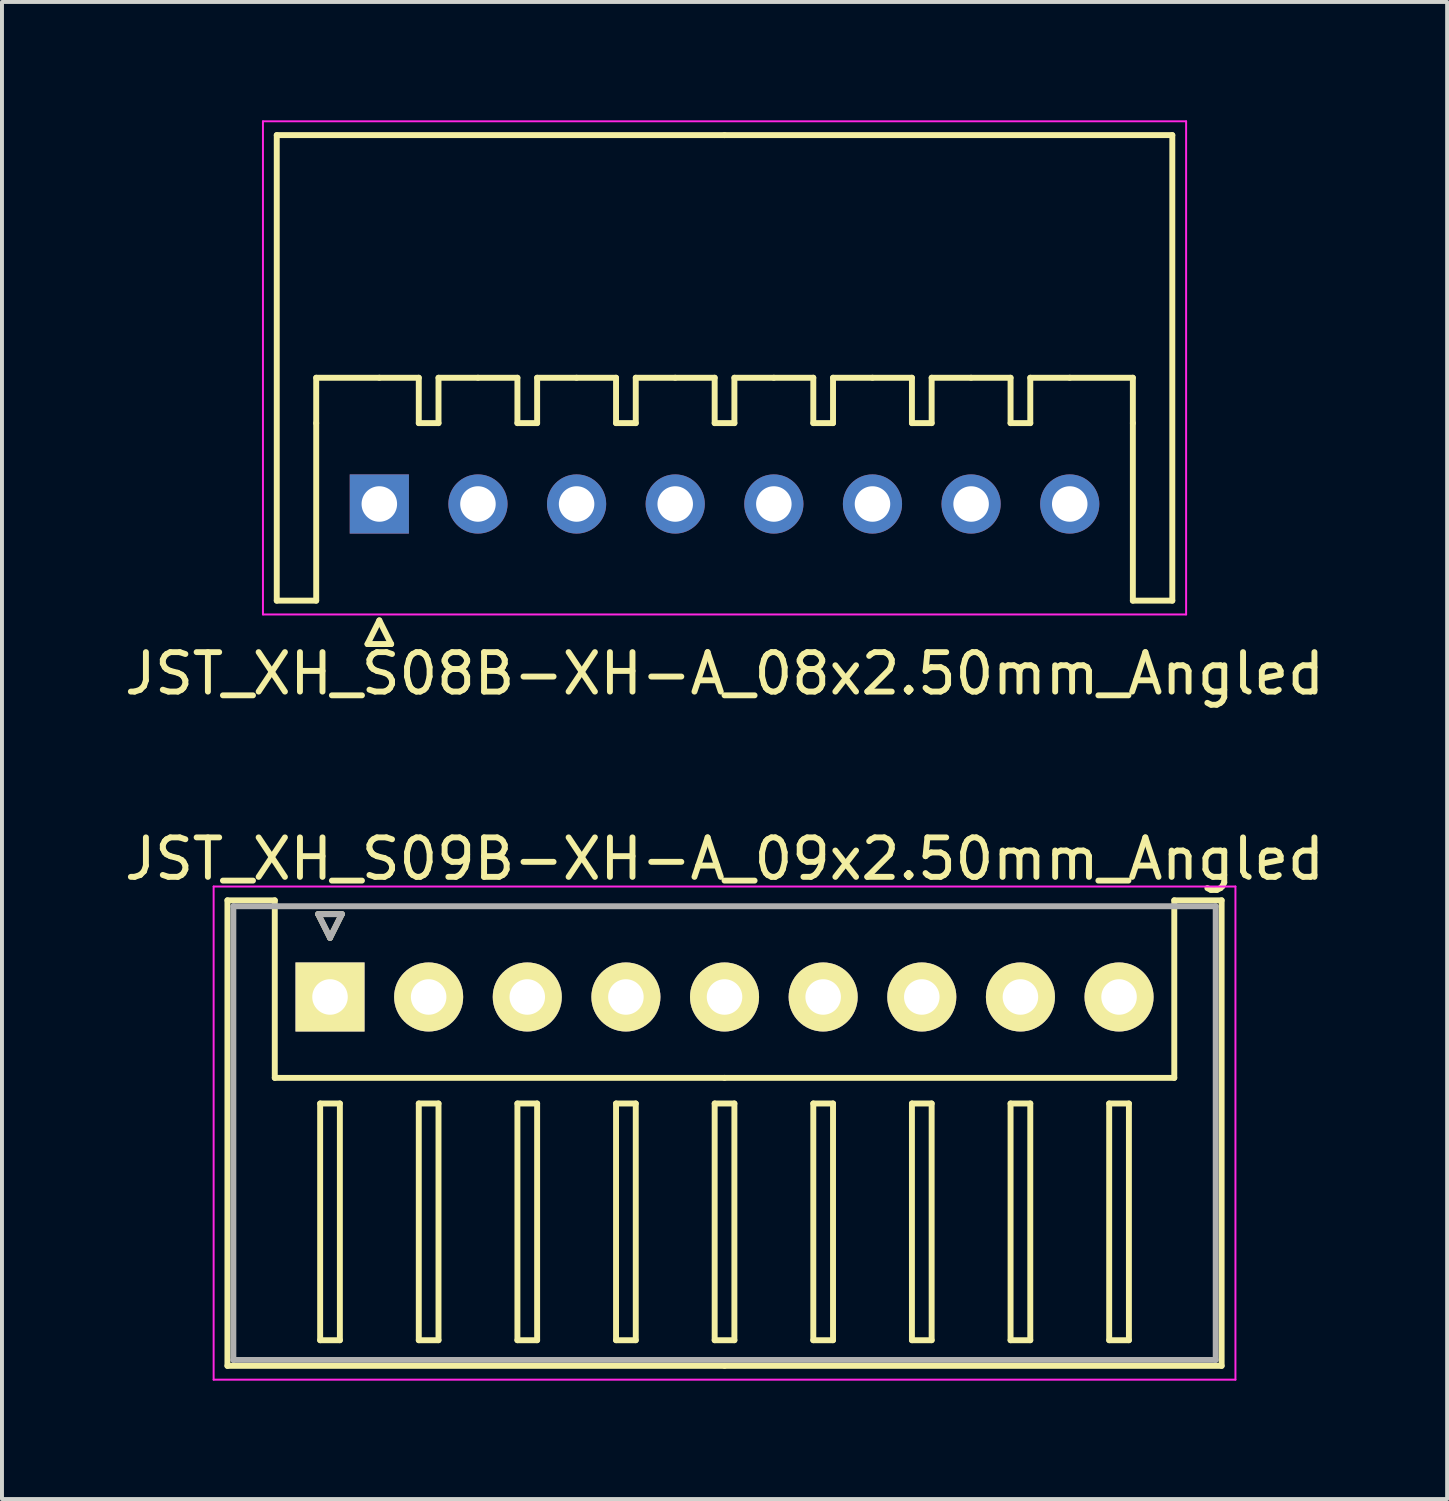
<source format=kicad_pcb>
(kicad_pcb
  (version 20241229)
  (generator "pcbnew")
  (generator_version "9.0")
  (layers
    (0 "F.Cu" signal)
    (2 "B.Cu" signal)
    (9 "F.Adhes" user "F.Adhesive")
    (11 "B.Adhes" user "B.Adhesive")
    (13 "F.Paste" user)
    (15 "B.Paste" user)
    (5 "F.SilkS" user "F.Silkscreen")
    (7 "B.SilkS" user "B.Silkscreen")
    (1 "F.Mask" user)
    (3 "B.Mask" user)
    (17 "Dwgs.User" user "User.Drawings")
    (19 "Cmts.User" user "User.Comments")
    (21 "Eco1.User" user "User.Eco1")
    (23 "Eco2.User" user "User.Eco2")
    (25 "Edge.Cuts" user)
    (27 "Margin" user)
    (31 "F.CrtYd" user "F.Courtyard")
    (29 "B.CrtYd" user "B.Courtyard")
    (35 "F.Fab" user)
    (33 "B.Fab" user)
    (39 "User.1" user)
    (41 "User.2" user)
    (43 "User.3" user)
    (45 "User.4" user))
  (footprint "JST_XH_S09B-XH-A_09x2.50mm_Angled"
    (layer "F.Cu")
    (at 5.315 22.221)
    (property "Reference" "JST_XH_S09B-XH-A_09x2.50mm_Angled" (at 10 -3.5 0) (layer "F.SilkS") (effects (font (size 1 1) (thickness 0.15))))
    (attr through_hole)
    (fp_line (start -2.6 -2.45) (end -1.4 -2.45) (stroke (width 0.15) (type solid)) (layer "F.SilkS"))
    (fp_line (start -2.6 9.35) (end -2.6 -2.45) (stroke (width 0.15) (type solid)) (layer "F.SilkS"))
    (fp_line (start -1.4 -2.45) (end -1.4 2.05) (stroke (width 0.15) (type solid)) (layer "F.SilkS"))
    (fp_line (start -1.4 2.05) (end 10 2.05) (stroke (width 0.15) (type solid)) (layer "F.SilkS"))
    (fp_line (start -0.3 -2.1) (end 0.3 -2.1) (stroke (width 0.15) (type solid)) (layer "F.SilkS"))
    (fp_line (start -0.25 2.7) (end -0.25 8.7) (stroke (width 0.15) (type solid)) (layer "F.SilkS"))
    (fp_line (start -0.25 8.7) (end 0.25 8.7) (stroke (width 0.15) (type solid)) (layer "F.SilkS"))
    (fp_line (start 0 -1.5) (end -0.3 -2.1) (stroke (width 0.15) (type solid)) (layer "F.SilkS"))
    (fp_line (start 0.25 2.7) (end -0.25 2.7) (stroke (width 0.15) (type solid)) (layer "F.SilkS"))
    (fp_line (start 0.25 8.7) (end 0.25 2.7) (stroke (width 0.15) (type solid)) (layer "F.SilkS"))
    (fp_line (start 0.3 -2.1) (end 0 -1.5) (stroke (width 0.15) (type solid)) (layer "F.SilkS"))
    (fp_line (start 2.25 2.7) (end 2.25 8.7) (stroke (width 0.15) (type solid)) (layer "F.SilkS"))
    (fp_line (start 2.25 8.7) (end 2.75 8.7) (stroke (width 0.15) (type solid)) (layer "F.SilkS"))
    (fp_line (start 2.75 2.7) (end 2.25 2.7) (stroke (width 0.15) (type solid)) (layer "F.SilkS"))
    (fp_line (start 2.75 8.7) (end 2.75 2.7) (stroke (width 0.15) (type solid)) (layer "F.SilkS"))
    (fp_line (start 4.75 2.7) (end 4.75 8.7) (stroke (width 0.15) (type solid)) (layer "F.SilkS"))
    (fp_line (start 4.75 8.7) (end 5.25 8.7) (stroke (width 0.15) (type solid)) (layer "F.SilkS"))
    (fp_line (start 5.25 2.7) (end 4.75 2.7) (stroke (width 0.15) (type solid)) (layer "F.SilkS"))
    (fp_line (start 5.25 8.7) (end 5.25 2.7) (stroke (width 0.15) (type solid)) (layer "F.SilkS"))
    (fp_line (start 7.25 2.7) (end 7.25 8.7) (stroke (width 0.15) (type solid)) (layer "F.SilkS"))
    (fp_line (start 7.25 8.7) (end 7.75 8.7) (stroke (width 0.15) (type solid)) (layer "F.SilkS"))
    (fp_line (start 7.75 2.7) (end 7.25 2.7) (stroke (width 0.15) (type solid)) (layer "F.SilkS"))
    (fp_line (start 7.75 8.7) (end 7.75 2.7) (stroke (width 0.15) (type solid)) (layer "F.SilkS"))
    (fp_line (start 9.75 2.7) (end 9.75 8.7) (stroke (width 0.15) (type solid)) (layer "F.SilkS"))
    (fp_line (start 9.75 8.7) (end 10.25 8.7) (stroke (width 0.15) (type solid)) (layer "F.SilkS"))
    (fp_line (start 10 9.35) (end -2.6 9.35) (stroke (width 0.15) (type solid)) (layer "F.SilkS"))
    (fp_line (start 10 9.35) (end 22.6 9.35) (stroke (width 0.15) (type solid)) (layer "F.SilkS"))
    (fp_line (start 10.25 2.7) (end 9.75 2.7) (stroke (width 0.15) (type solid)) (layer "F.SilkS"))
    (fp_line (start 10.25 8.7) (end 10.25 2.7) (stroke (width 0.15) (type solid)) (layer "F.SilkS"))
    (fp_line (start 12.25 2.7) (end 12.25 8.7) (stroke (width 0.15) (type solid)) (layer "F.SilkS"))
    (fp_line (start 12.25 8.7) (end 12.75 8.7) (stroke (width 0.15) (type solid)) (layer "F.SilkS"))
    (fp_line (start 12.75 2.7) (end 12.25 2.7) (stroke (width 0.15) (type solid)) (layer "F.SilkS"))
    (fp_line (start 12.75 8.7) (end 12.75 2.7) (stroke (width 0.15) (type solid)) (layer "F.SilkS"))
    (fp_line (start 14.75 2.7) (end 14.75 8.7) (stroke (width 0.15) (type solid)) (layer "F.SilkS"))
    (fp_line (start 14.75 8.7) (end 15.25 8.7) (stroke (width 0.15) (type solid)) (layer "F.SilkS"))
    (fp_line (start 15.25 2.7) (end 14.75 2.7) (stroke (width 0.15) (type solid)) (layer "F.SilkS"))
    (fp_line (start 15.25 8.7) (end 15.25 2.7) (stroke (width 0.15) (type solid)) (layer "F.SilkS"))
    (fp_line (start 17.25 2.7) (end 17.25 8.7) (stroke (width 0.15) (type solid)) (layer "F.SilkS"))
    (fp_line (start 17.25 8.7) (end 17.75 8.7) (stroke (width 0.15) (type solid)) (layer "F.SilkS"))
    (fp_line (start 17.75 2.7) (end 17.25 2.7) (stroke (width 0.15) (type solid)) (layer "F.SilkS"))
    (fp_line (start 17.75 8.7) (end 17.75 2.7) (stroke (width 0.15) (type solid)) (layer "F.SilkS"))
    (fp_line (start 19.75 2.7) (end 19.75 8.7) (stroke (width 0.15) (type solid)) (layer "F.SilkS"))
    (fp_line (start 19.75 8.7) (end 20.25 8.7) (stroke (width 0.15) (type solid)) (layer "F.SilkS"))
    (fp_line (start 20.25 2.7) (end 19.75 2.7) (stroke (width 0.15) (type solid)) (layer "F.SilkS"))
    (fp_line (start 20.25 8.7) (end 20.25 2.7) (stroke (width 0.15) (type solid)) (layer "F.SilkS"))
    (fp_line (start 21.4 -2.45) (end 21.4 2.05) (stroke (width 0.15) (type solid)) (layer "F.SilkS"))
    (fp_line (start 21.4 2.05) (end 10 2.05) (stroke (width 0.15) (type solid)) (layer "F.SilkS"))
    (fp_line (start 22.6 -2.45) (end 21.4 -2.45) (stroke (width 0.15) (type solid)) (layer "F.SilkS"))
    (fp_line (start 22.6 9.35) (end 22.6 -2.45) (stroke (width 0.15) (type solid)) (layer "F.SilkS"))
    (fp_line (start -2.95 -2.8) (end -2.95 9.7) (stroke (width 0.05) (type solid)) (layer "F.CrtYd"))
    (fp_line (start -2.95 9.7) (end 22.95 9.7) (stroke (width 0.05) (type solid)) (layer "F.CrtYd"))
    (fp_line (start 22.95 -2.8) (end -2.95 -2.8) (stroke (width 0.05) (type solid)) (layer "F.CrtYd"))
    (fp_line (start 22.95 9.7) (end 22.95 -2.8) (stroke (width 0.05) (type solid)) (layer "F.CrtYd"))
    (fp_line (start -2.45 -2.3) (end -2.45 9.2) (stroke (width 0.15) (type solid)) (layer "F.Fab"))
    (fp_line (start -2.45 9.2) (end 22.45 9.2) (stroke (width 0.15) (type solid)) (layer "F.Fab"))
    (fp_line (start -0.3 -2.1) (end 0.3 -2.1) (stroke (width 0.15) (type solid)) (layer "F.Fab"))
    (fp_line (start 0 -1.5) (end -0.3 -2.1) (stroke (width 0.15) (type solid)) (layer "F.Fab"))
    (fp_line (start 0.3 -2.1) (end 0 -1.5) (stroke (width 0.15) (type solid)) (layer "F.Fab"))
    (fp_line (start 22.45 -2.3) (end -2.45 -2.3) (stroke (width 0.15) (type solid)) (layer "F.Fab"))
    (fp_line (start 22.45 9.2) (end 22.45 -2.3) (stroke (width 0.15) (type solid)) (layer "F.Fab"))
    (pad "1" thru_hole rect (at 0 0) (size 1.75 1.75) (drill 0.9) (layers "*.Cu" "*.Mask" "F.SilkS"))
    (pad "2" thru_hole circle (at 2.5 0) (size 1.75 1.75) (drill 0.9) (layers "*.Cu" "*.Mask" "F.SilkS"))
    (pad "3" thru_hole circle (at 5 0) (size 1.75 1.75) (drill 0.9) (layers "*.Cu" "*.Mask" "F.SilkS"))
    (pad "4" thru_hole circle (at 7.5 0) (size 1.75 1.75) (drill 0.9) (layers "*.Cu" "*.Mask" "F.SilkS"))
    (pad "5" thru_hole circle (at 10 0) (size 1.75 1.75) (drill 0.9) (layers "*.Cu" "*.Mask" "F.SilkS"))
    (pad "6" thru_hole circle (at 12.5 0) (size 1.75 1.75) (drill 0.9) (layers "*.Cu" "*.Mask" "F.SilkS"))
    (pad "7" thru_hole circle (at 15 0) (size 1.75 1.75) (drill 0.9) (layers "*.Cu" "*.Mask" "F.SilkS"))
    (pad "8" thru_hole circle (at 17.5 0) (size 1.75 1.75) (drill 0.9) (layers "*.Cu" "*.Mask" "F.SilkS"))
    (pad "9" thru_hole circle (at 20 0) (size 1.75 1.75) (drill 0.9) (layers "*.Cu" "*.Mask" "F.SilkS")))
  (footprint "JST_XH_S08B-XH-A_08x2.50mm_Angled"
    (layer "F.Cu")
    (at 6.565 9.725)
    (property "Reference" "JST_XH_S08B-XH-A_08x2.50mm_Angled" (at 8.75 4.3 0) (layer "F.SilkS") (effects (font (size 1 1) (thickness 0.15))))
    (attr through_hole)
    (fp_line (start -2.6 -9.35) (end -2.6 2.45) (stroke (width 0.15) (type solid)) (layer "F.SilkS"))
    (fp_line (start -2.6 2.45) (end -1.6 2.45) (stroke (width 0.15) (type solid)) (layer "F.SilkS"))
    (fp_line (start -1.6 -3.2) (end 0 -3.2) (stroke (width 0.15) (type solid)) (layer "F.SilkS"))
    (fp_line (start -1.6 -2.05) (end -1.6 -3.2) (stroke (width 0.15) (type solid)) (layer "F.SilkS"))
    (fp_line (start -1.6 2.45) (end -1.6 -2.05) (stroke (width 0.15) (type solid)) (layer "F.SilkS"))
    (fp_line (start -0.3 3.55) (end 0.3 3.55) (stroke (width 0.15) (type solid)) (layer "F.SilkS"))
    (fp_line (start 0 -3.2) (end 1 -3.2) (stroke (width 0.15) (type solid)) (layer "F.SilkS"))
    (fp_line (start 0 2.95) (end -0.3 3.55) (stroke (width 0.15) (type solid)) (layer "F.SilkS"))
    (fp_line (start 0.3 3.55) (end 0 2.95) (stroke (width 0.15) (type solid)) (layer "F.SilkS"))
    (fp_line (start 1 -3.2) (end 1 -2.05) (stroke (width 0.15) (type solid)) (layer "F.SilkS"))
    (fp_line (start 1 -2.05) (end 1.5 -2.05) (stroke (width 0.15) (type solid)) (layer "F.SilkS"))
    (fp_line (start 1.5 -3.2) (end 2.5 -3.2) (stroke (width 0.15) (type solid)) (layer "F.SilkS"))
    (fp_line (start 1.5 -2.05) (end 1.5 -3.2) (stroke (width 0.15) (type solid)) (layer "F.SilkS"))
    (fp_line (start 2.5 -3.2) (end 3.5 -3.2) (stroke (width 0.15) (type solid)) (layer "F.SilkS"))
    (fp_line (start 3.5 -3.2) (end 3.5 -2.05) (stroke (width 0.15) (type solid)) (layer "F.SilkS"))
    (fp_line (start 3.5 -2.05) (end 4 -2.05) (stroke (width 0.15) (type solid)) (layer "F.SilkS"))
    (fp_line (start 4 -3.2) (end 5 -3.2) (stroke (width 0.15) (type solid)) (layer "F.SilkS"))
    (fp_line (start 4 -2.05) (end 4 -3.2) (stroke (width 0.15) (type solid)) (layer "F.SilkS"))
    (fp_line (start 5 -3.2) (end 6 -3.2) (stroke (width 0.15) (type solid)) (layer "F.SilkS"))
    (fp_line (start 6 -3.2) (end 6 -2.05) (stroke (width 0.15) (type solid)) (layer "F.SilkS"))
    (fp_line (start 6 -2.05) (end 6.5 -2.05) (stroke (width 0.15) (type solid)) (layer "F.SilkS"))
    (fp_line (start 6.5 -3.2) (end 7.5 -3.2) (stroke (width 0.15) (type solid)) (layer "F.SilkS"))
    (fp_line (start 6.5 -2.05) (end 6.5 -3.2) (stroke (width 0.15) (type solid)) (layer "F.SilkS"))
    (fp_line (start 7.5 -3.2) (end 8.5 -3.2) (stroke (width 0.15) (type solid)) (layer "F.SilkS"))
    (fp_line (start 8.5 -3.2) (end 8.5 -2.05) (stroke (width 0.15) (type solid)) (layer "F.SilkS"))
    (fp_line (start 8.5 -2.05) (end 9 -2.05) (stroke (width 0.15) (type solid)) (layer "F.SilkS"))
    (fp_line (start 8.75 -9.35) (end -2.6 -9.35) (stroke (width 0.15) (type solid)) (layer "F.SilkS"))
    (fp_line (start 8.75 -9.35) (end 20.1 -9.35) (stroke (width 0.15) (type solid)) (layer "F.SilkS"))
    (fp_line (start 9 -3.2) (end 10 -3.2) (stroke (width 0.15) (type solid)) (layer "F.SilkS"))
    (fp_line (start 9 -2.05) (end 9 -3.2) (stroke (width 0.15) (type solid)) (layer "F.SilkS"))
    (fp_line (start 10 -3.2) (end 11 -3.2) (stroke (width 0.15) (type solid)) (layer "F.SilkS"))
    (fp_line (start 11 -3.2) (end 11 -2.05) (stroke (width 0.15) (type solid)) (layer "F.SilkS"))
    (fp_line (start 11 -2.05) (end 11.5 -2.05) (stroke (width 0.15) (type solid)) (layer "F.SilkS"))
    (fp_line (start 11.5 -3.2) (end 12.5 -3.2) (stroke (width 0.15) (type solid)) (layer "F.SilkS"))
    (fp_line (start 11.5 -2.05) (end 11.5 -3.2) (stroke (width 0.15) (type solid)) (layer "F.SilkS"))
    (fp_line (start 12.5 -3.2) (end 13.5 -3.2) (stroke (width 0.15) (type solid)) (layer "F.SilkS"))
    (fp_line (start 13.5 -3.2) (end 13.5 -2.05) (stroke (width 0.15) (type solid)) (layer "F.SilkS"))
    (fp_line (start 13.5 -2.05) (end 14 -2.05) (stroke (width 0.15) (type solid)) (layer "F.SilkS"))
    (fp_line (start 14 -3.2) (end 15 -3.2) (stroke (width 0.15) (type solid)) (layer "F.SilkS"))
    (fp_line (start 14 -2.05) (end 14 -3.2) (stroke (width 0.15) (type solid)) (layer "F.SilkS"))
    (fp_line (start 15 -3.2) (end 16 -3.2) (stroke (width 0.15) (type solid)) (layer "F.SilkS"))
    (fp_line (start 16 -3.2) (end 16 -2.05) (stroke (width 0.15) (type solid)) (layer "F.SilkS"))
    (fp_line (start 16 -2.05) (end 16.5 -2.05) (stroke (width 0.15) (type solid)) (layer "F.SilkS"))
    (fp_line (start 16.5 -3.2) (end 17.5 -3.2) (stroke (width 0.15) (type solid)) (layer "F.SilkS"))
    (fp_line (start 16.5 -2.05) (end 16.5 -3.2) (stroke (width 0.15) (type solid)) (layer "F.SilkS"))
    (fp_line (start 19.1 -3.2) (end 17.5 -3.2) (stroke (width 0.15) (type solid)) (layer "F.SilkS"))
    (fp_line (start 19.1 -2.05) (end 19.1 -3.2) (stroke (width 0.15) (type solid)) (layer "F.SilkS"))
    (fp_line (start 19.1 2.45) (end 19.1 -2.05) (stroke (width 0.15) (type solid)) (layer "F.SilkS"))
    (fp_line (start 20.1 -9.35) (end 20.1 2.45) (stroke (width 0.15) (type solid)) (layer "F.SilkS"))
    (fp_line (start 20.1 2.45) (end 19.1 2.45) (stroke (width 0.15) (type solid)) (layer "F.SilkS"))
    (fp_line (start -2.95 -9.7) (end -2.95 2.8) (stroke (width 0.05) (type solid)) (layer "F.CrtYd"))
    (fp_line (start -2.95 2.8) (end 20.45 2.8) (stroke (width 0.05) (type solid)) (layer "F.CrtYd"))
    (fp_line (start 20.45 -9.7) (end -2.95 -9.7) (stroke (width 0.05) (type solid)) (layer "F.CrtYd"))
    (fp_line (start 20.45 2.8) (end 20.45 -9.7) (stroke (width 0.05) (type solid)) (layer "F.CrtYd"))
    (pad "1" thru_hole rect (at 0 0) (size 1.5 1.5) (drill 0.9) (layers "*.Cu" "*.Mask"))
    (pad "2" thru_hole circle (at 2.5 0) (size 1.5 1.5) (drill 0.9) (layers "*.Cu" "*.Mask"))
    (pad "3" thru_hole circle (at 5 0) (size 1.5 1.5) (drill 0.9) (layers "*.Cu" "*.Mask"))
    (pad "4" thru_hole circle (at 7.5 0) (size 1.5 1.5) (drill 0.9) (layers "*.Cu" "*.Mask"))
    (pad "5" thru_hole circle (at 10 0) (size 1.5 1.5) (drill 0.9) (layers "*.Cu" "*.Mask"))
    (pad "6" thru_hole circle (at 12.5 0) (size 1.5 1.5) (drill 0.9) (layers "*.Cu" "*.Mask"))
    (pad "7" thru_hole circle (at 15 0) (size 1.5 1.5) (drill 0.9) (layers "*.Cu" "*.Mask"))
    (pad "8" thru_hole circle (at 17.5 0) (size 1.5 1.5) (drill 0.9) (layers "*.Cu" "*.Mask")))
  (gr_rect
    (start -3 -3)
    (end 33.631 34.947)
    (stroke (width 0.1) (type default))
    (fill no)
    (layer "Edge.Cuts")))
</source>
